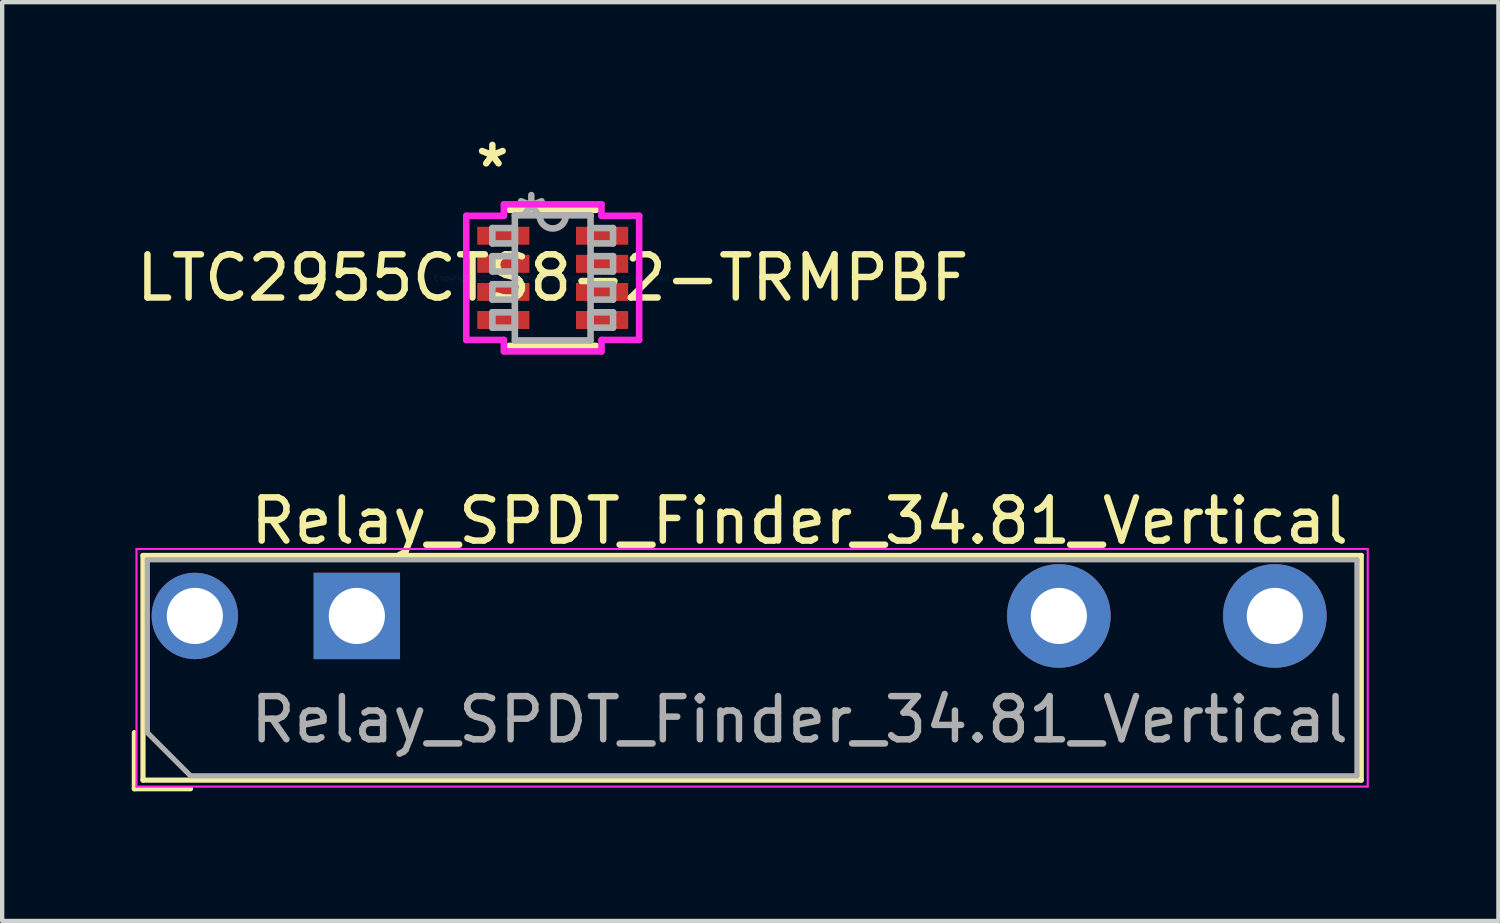
<source format=kicad_pcb>
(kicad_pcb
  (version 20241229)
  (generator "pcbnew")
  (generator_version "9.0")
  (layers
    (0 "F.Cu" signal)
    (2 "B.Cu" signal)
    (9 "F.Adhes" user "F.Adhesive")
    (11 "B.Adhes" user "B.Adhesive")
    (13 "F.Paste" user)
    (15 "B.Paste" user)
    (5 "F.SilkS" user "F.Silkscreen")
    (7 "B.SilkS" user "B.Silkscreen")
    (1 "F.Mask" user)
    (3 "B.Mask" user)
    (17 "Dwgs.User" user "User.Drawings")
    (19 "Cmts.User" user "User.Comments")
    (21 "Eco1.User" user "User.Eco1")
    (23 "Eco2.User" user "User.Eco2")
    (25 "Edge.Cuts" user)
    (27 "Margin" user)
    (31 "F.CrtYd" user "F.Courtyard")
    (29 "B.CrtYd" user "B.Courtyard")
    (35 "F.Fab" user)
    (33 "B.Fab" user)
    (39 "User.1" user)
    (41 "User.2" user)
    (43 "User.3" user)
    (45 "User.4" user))
  (footprint "LTC2955CTS8-2-TRMPBF"
    (layer "F.Cu")
    (at 9.744 3.382)
    (property "Reference" "LTC2955CTS8-2-TRMPBF" (at 0 0 0) (layer "F.SilkS") (effects (font (size 1 1) (thickness 0.15))))
    (attr through_hole)
    (fp_line (start -1.003 1.575) (end 1.003 1.575) (stroke (width 0.152) (type solid)) (layer "F.SilkS"))
    (fp_line (start 1.003 -1.575) (end -1.003 -1.575) (stroke (width 0.152) (type solid)) (layer "F.SilkS"))
    (fp_line (start -2.001 -1.437) (end -1.13 -1.437) (stroke (width 0.152) (type solid)) (layer "F.CrtYd"))
    (fp_line (start -2.001 1.437) (end -2.001 -1.437) (stroke (width 0.152) (type solid)) (layer "F.CrtYd"))
    (fp_line (start -1.13 -1.702) (end 1.13 -1.702) (stroke (width 0.152) (type solid)) (layer "F.CrtYd"))
    (fp_line (start -1.13 -1.437) (end -1.13 -1.702) (stroke (width 0.152) (type solid)) (layer "F.CrtYd"))
    (fp_line (start -1.13 1.437) (end -2.001 1.437) (stroke (width 0.152) (type solid)) (layer "F.CrtYd"))
    (fp_line (start -1.13 1.702) (end -1.13 1.437) (stroke (width 0.152) (type solid)) (layer "F.CrtYd"))
    (fp_line (start 1.13 -1.702) (end 1.13 -1.437) (stroke (width 0.152) (type solid)) (layer "F.CrtYd"))
    (fp_line (start 1.13 -1.437) (end 2.001 -1.437) (stroke (width 0.152) (type solid)) (layer "F.CrtYd"))
    (fp_line (start 1.13 1.437) (end 1.13 1.702) (stroke (width 0.152) (type solid)) (layer "F.CrtYd"))
    (fp_line (start 1.13 1.702) (end -1.13 1.702) (stroke (width 0.152) (type solid)) (layer "F.CrtYd"))
    (fp_line (start 2.001 -1.437) (end 2.001 1.437) (stroke (width 0.152) (type solid)) (layer "F.CrtYd"))
    (fp_line (start 2.001 1.437) (end 1.13 1.437) (stroke (width 0.152) (type solid)) (layer "F.CrtYd"))
    (fp_line (start -1.397 -1.153) (end -1.397 -0.797) (stroke (width 0.152) (type solid)) (layer "F.Fab"))
    (fp_line (start -1.397 -0.797) (end -0.876 -0.797) (stroke (width 0.152) (type solid)) (layer "F.Fab"))
    (fp_line (start -1.397 -0.503) (end -1.397 -0.147) (stroke (width 0.152) (type solid)) (layer "F.Fab"))
    (fp_line (start -1.397 -0.147) (end -0.876 -0.147) (stroke (width 0.152) (type solid)) (layer "F.Fab"))
    (fp_line (start -1.397 0.147) (end -1.397 0.503) (stroke (width 0.152) (type solid)) (layer "F.Fab"))
    (fp_line (start -1.397 0.503) (end -0.876 0.503) (stroke (width 0.152) (type solid)) (layer "F.Fab"))
    (fp_line (start -1.397 0.797) (end -1.397 1.153) (stroke (width 0.152) (type solid)) (layer "F.Fab"))
    (fp_line (start -1.397 1.153) (end -0.876 1.153) (stroke (width 0.152) (type solid)) (layer "F.Fab"))
    (fp_line (start -0.876 -1.448) (end -0.876 1.448) (stroke (width 0.152) (type solid)) (layer "F.Fab"))
    (fp_line (start -0.876 -1.153) (end -1.397 -1.153) (stroke (width 0.152) (type solid)) (layer "F.Fab"))
    (fp_line (start -0.876 -0.797) (end -0.876 -1.153) (stroke (width 0.152) (type solid)) (layer "F.Fab"))
    (fp_line (start -0.876 -0.503) (end -1.397 -0.503) (stroke (width 0.152) (type solid)) (layer "F.Fab"))
    (fp_line (start -0.876 -0.147) (end -0.876 -0.503) (stroke (width 0.152) (type solid)) (layer "F.Fab"))
    (fp_line (start -0.876 0.147) (end -1.397 0.147) (stroke (width 0.152) (type solid)) (layer "F.Fab"))
    (fp_line (start -0.876 0.503) (end -0.876 0.147) (stroke (width 0.152) (type solid)) (layer "F.Fab"))
    (fp_line (start -0.876 0.797) (end -1.397 0.797) (stroke (width 0.152) (type solid)) (layer "F.Fab"))
    (fp_line (start -0.876 1.153) (end -0.876 0.797) (stroke (width 0.152) (type solid)) (layer "F.Fab"))
    (fp_line (start -0.876 1.448) (end 0.876 1.448) (stroke (width 0.152) (type solid)) (layer "F.Fab"))
    (fp_line (start 0.876 -1.448) (end -0.876 -1.448) (stroke (width 0.152) (type solid)) (layer "F.Fab"))
    (fp_line (start 0.876 -1.153) (end 0.876 -0.797) (stroke (width 0.152) (type solid)) (layer "F.Fab"))
    (fp_line (start 0.876 -0.797) (end 1.397 -0.797) (stroke (width 0.152) (type solid)) (layer "F.Fab"))
    (fp_line (start 0.876 -0.503) (end 0.876 -0.147) (stroke (width 0.152) (type solid)) (layer "F.Fab"))
    (fp_line (start 0.876 -0.147) (end 1.397 -0.147) (stroke (width 0.152) (type solid)) (layer "F.Fab"))
    (fp_line (start 0.876 0.147) (end 0.876 0.503) (stroke (width 0.152) (type solid)) (layer "F.Fab"))
    (fp_line (start 0.876 0.503) (end 1.397 0.503) (stroke (width 0.152) (type solid)) (layer "F.Fab"))
    (fp_line (start 0.876 0.797) (end 0.876 1.153) (stroke (width 0.152) (type solid)) (layer "F.Fab"))
    (fp_line (start 0.876 1.153) (end 1.397 1.153) (stroke (width 0.152) (type solid)) (layer "F.Fab"))
    (fp_line (start 0.876 1.448) (end 0.876 -1.448) (stroke (width 0.152) (type solid)) (layer "F.Fab"))
    (fp_line (start 1.397 -1.153) (end 0.876 -1.153) (stroke (width 0.152) (type solid)) (layer "F.Fab"))
    (fp_line (start 1.397 -0.797) (end 1.397 -1.153) (stroke (width 0.152) (type solid)) (layer "F.Fab"))
    (fp_line (start 1.397 -0.503) (end 0.876 -0.503) (stroke (width 0.152) (type solid)) (layer "F.Fab"))
    (fp_line (start 1.397 -0.147) (end 1.397 -0.503) (stroke (width 0.152) (type solid)) (layer "F.Fab"))
    (fp_line (start 1.397 0.147) (end 0.876 0.147) (stroke (width 0.152) (type solid)) (layer "F.Fab"))
    (fp_line (start 1.397 0.503) (end 1.397 0.147) (stroke (width 0.152) (type solid)) (layer "F.Fab"))
    (fp_line (start 1.397 0.797) (end 0.876 0.797) (stroke (width 0.152) (type solid)) (layer "F.Fab"))
    (fp_line (start 1.397 1.153) (end 1.397 0.797) (stroke (width 0.152) (type solid)) (layer "F.Fab"))
    (fp_arc (start 0.3048 -1.4478) (mid 0 -1.143) (end -0.3048 -1.4478) (stroke (width 0.1524) (type solid)) (layer "F.Fab"))
    (fp_text user "*" (at -1.397 -2.534 0) (layer "F.SilkS") (effects (font (size 1 1) (thickness 0.15))))
    (fp_text user "Copyright 2016 Accelerated Designs. All rights reserved." (at 0 0 0) (layer "Cmts.User") (effects (font (size 0.127 0.127) (thickness 0.002))))
    (fp_text user "*" (at -0.495 -1.372 0) (layer "F.Fab") (effects (font (size 1 1) (thickness 0.15))))
    (pad "1" smd rect (at -1.143 -0.975) (size 1.208 0.416) (layers "F.Cu" "F.Mask" "F.Paste"))
    (pad "2" smd rect (at -1.143 -0.325) (size 1.208 0.416) (layers "F.Cu" "F.Mask" "F.Paste"))
    (pad "3" smd rect (at -1.143 0.325) (size 1.208 0.416) (layers "F.Cu" "F.Mask" "F.Paste"))
    (pad "4" smd rect (at -1.143 0.975) (size 1.208 0.416) (layers "F.Cu" "F.Mask" "F.Paste"))
    (pad "5" smd rect (at 1.143 0.975) (size 1.208 0.416) (layers "F.Cu" "F.Mask" "F.Paste"))
    (pad "6" smd rect (at 1.143 0.325) (size 1.208 0.416) (layers "F.Cu" "F.Mask" "F.Paste"))
    (pad "7" smd rect (at 1.143 -0.325) (size 1.208 0.416) (layers "F.Cu" "F.Mask" "F.Paste"))
    (pad "8" smd rect (at 1.143 -0.975) (size 1.208 0.416) (layers "F.Cu" "F.Mask" "F.Paste")))
  (footprint "Relay_SPDT_Finder_34.81_Vertical"
    (layer "F.Cu")
    (at 5.21 11.208)
    (property "Reference" "Relay_SPDT_Finder_34.81_Vertical" (at 10.25 -2.2 0) (layer "F.SilkS") (effects (font (size 1 1) (thickness 0.15))))
    (attr through_hole)
    (fp_line (start -5.15 4) (end -5.15 2.7) (stroke (width 0.12) (type solid)) (layer "F.SilkS"))
    (fp_line (start -4.95 -1.4) (end 23.25 -1.4) (stroke (width 0.12) (type solid)) (layer "F.SilkS"))
    (fp_line (start -4.95 3.8) (end -4.95 -1.4) (stroke (width 0.12) (type solid)) (layer "F.SilkS"))
    (fp_line (start -3.85 4) (end -5.15 4) (stroke (width 0.12) (type solid)) (layer "F.SilkS"))
    (fp_line (start 23.25 -1.4) (end 23.25 3.8) (stroke (width 0.12) (type solid)) (layer "F.SilkS"))
    (fp_line (start 23.25 3.8) (end -4.95 3.8) (stroke (width 0.12) (type solid)) (layer "F.SilkS"))
    (fp_line (start -5.1 -1.55) (end -5.1 3.95) (stroke (width 0.05) (type solid)) (layer "F.CrtYd"))
    (fp_line (start -5.1 -1.55) (end 23.4 -1.55) (stroke (width 0.05) (type solid)) (layer "F.CrtYd"))
    (fp_line (start 23.4 3.95) (end -5.1 3.95) (stroke (width 0.05) (type solid)) (layer "F.CrtYd"))
    (fp_line (start 23.4 3.95) (end 23.4 -1.55) (stroke (width 0.05) (type solid)) (layer "F.CrtYd"))
    (fp_line (start -4.85 -1.3) (end 23.15 -1.3) (stroke (width 0.12) (type solid)) (layer "F.Fab"))
    (fp_line (start -4.85 2.7) (end -4.85 -1.3) (stroke (width 0.12) (type solid)) (layer "F.Fab"))
    (fp_line (start -3.85 3.7) (end -4.85 2.7) (stroke (width 0.12) (type solid)) (layer "F.Fab"))
    (fp_line (start 23.15 -1.3) (end 23.15 3.7) (stroke (width 0.12) (type solid)) (layer "F.Fab"))
    (fp_line (start 23.15 3.7) (end -3.85 3.7) (stroke (width 0.12) (type solid)) (layer "F.Fab"))
    (fp_text user "${REFERENCE}" (at 10.25 2.4 0) (layer "F.Fab") (effects (font (size 1 1) (thickness 0.15))))
    (pad "1" thru_hole circle (at -3.75 0) (size 2 2) (drill 1.3) (layers "*.Cu" "*.Mask"))
    (pad "2" thru_hole rect (at 0 0) (size 2 2) (drill 1.3) (layers "*.Cu" "*.Mask"))
    (pad "3" thru_hole circle (at 16.25 0) (size 2.4 2.4) (drill 1.3) (layers "*.Cu" "*.Mask"))
    (pad "4" thru_hole circle (at 21.25 0) (size 2.4 2.4) (drill 1.3) (layers "*.Cu" "*.Mask")))
  (gr_rect
    (start -3 -3)
    (end 31.635 18.268)
    (stroke (width 0.1) (type default))
    (fill no)
    (layer "Edge.Cuts")))
</source>
